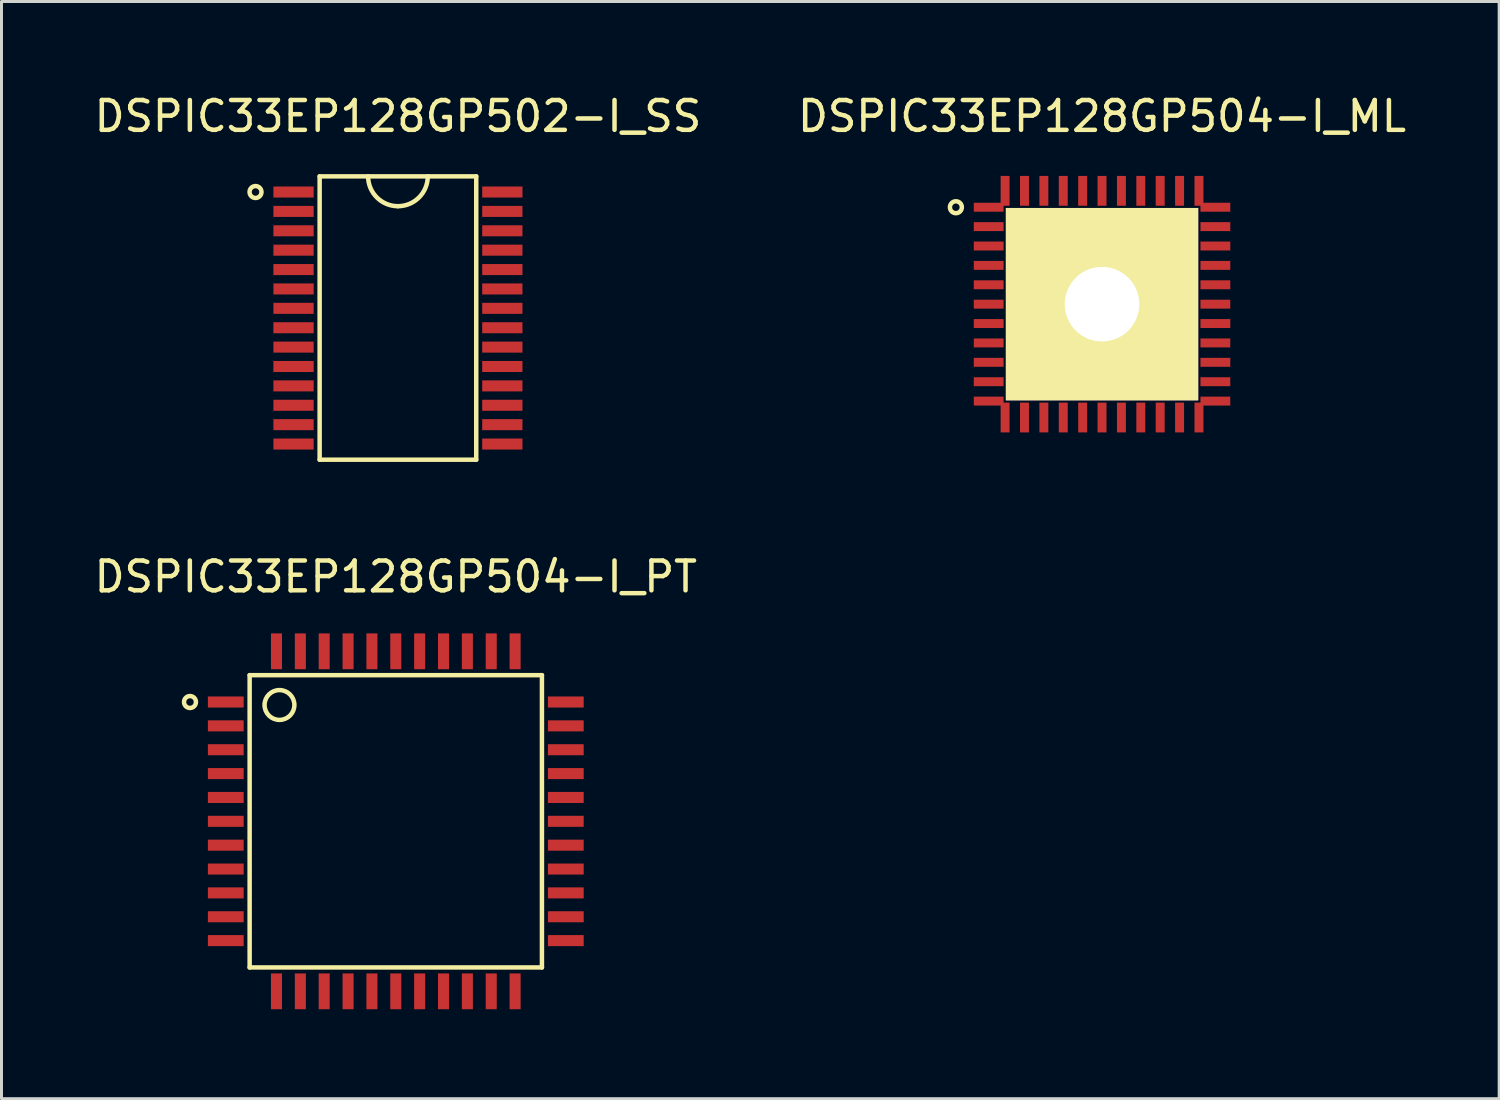
<source format=kicad_pcb>
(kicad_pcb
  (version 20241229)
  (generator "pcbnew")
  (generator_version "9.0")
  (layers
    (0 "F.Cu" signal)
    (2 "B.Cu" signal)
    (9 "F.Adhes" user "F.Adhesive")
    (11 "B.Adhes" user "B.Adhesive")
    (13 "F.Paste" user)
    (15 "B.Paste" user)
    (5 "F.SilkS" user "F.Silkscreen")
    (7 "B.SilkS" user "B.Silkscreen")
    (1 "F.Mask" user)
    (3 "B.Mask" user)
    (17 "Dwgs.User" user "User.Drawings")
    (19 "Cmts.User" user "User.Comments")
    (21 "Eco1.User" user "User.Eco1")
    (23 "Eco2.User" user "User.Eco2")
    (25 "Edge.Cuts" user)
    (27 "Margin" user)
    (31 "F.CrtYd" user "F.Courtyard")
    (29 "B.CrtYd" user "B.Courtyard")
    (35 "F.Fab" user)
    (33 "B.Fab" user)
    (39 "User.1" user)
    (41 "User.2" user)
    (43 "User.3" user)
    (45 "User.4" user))
  (footprint "DSPIC33EP128GP504-I_ML"
    (layer "F.Cu")
    (at 30.099 3.348)
    (property "Reference" "DSPIC33EP128GP504-I_ML" (at 3.8 -2.5 0) (layer "F.SilkS") (effects (font (size 1 1) (thickness 0.15))))
    (attr through_hole)
    (fp_line (start 0.7 0.7) (end 0.7 6.9) (stroke (width 0.15) (type solid)) (layer "F.SilkS"))
    (fp_line (start 0.7 0.7) (end 6.9 0.7) (stroke (width 0.15) (type solid)) (layer "F.SilkS"))
    (fp_line (start 0.7 6.9) (end 6.9 6.9) (stroke (width 0.15) (type solid)) (layer "F.SilkS"))
    (fp_line (start 6.9 6.9) (end 6.9 0.7) (stroke (width 0.15) (type solid)) (layer "F.SilkS"))
    (fp_circle (center -1.1 0.55) (end -1.1 0.35) (stroke (width 0.15) (type solid)) (fill no) (layer "F.SilkS"))
    (fp_circle (center 1.7 1.7) (end 1.7 1.2) (stroke (width 0.15) (type solid)) (fill no) (layer "F.SilkS"))
    (pad "1" smd rect (at 0 0.55) (size 1 0.3) (layers "F.Cu" "F.Mask" "F.Paste"))
    (pad "2" smd rect (at 0 1.2) (size 1 0.3) (layers "F.Cu" "F.Mask" "F.Paste"))
    (pad "3" smd rect (at 0 1.85) (size 1 0.3) (layers "F.Cu" "F.Mask" "F.Paste"))
    (pad "4" smd rect (at 0 2.5) (size 1 0.3) (layers "F.Cu" "F.Mask" "F.Paste"))
    (pad "5" smd rect (at 0 3.15) (size 1 0.3) (layers "F.Cu" "F.Mask" "F.Paste"))
    (pad "6" smd rect (at 0 3.8) (size 1 0.3) (layers "F.Cu" "F.Mask" "F.Paste"))
    (pad "7" smd rect (at 0 4.45) (size 1 0.3) (layers "F.Cu" "F.Mask" "F.Paste"))
    (pad "8" smd rect (at 0 5.1) (size 1 0.3) (layers "F.Cu" "F.Mask" "F.Paste"))
    (pad "9" smd rect (at 0 5.75) (size 1 0.3) (layers "F.Cu" "F.Mask" "F.Paste"))
    (pad "10" smd rect (at 0 6.4) (size 1 0.3) (layers "F.Cu" "F.Mask" "F.Paste"))
    (pad "11" smd rect (at 0 7.05) (size 1 0.3) (layers "F.Cu" "F.Mask" "F.Paste"))
    (pad "12" smd rect (at 0.55 7.6) (size 0.3 1) (layers "F.Cu" "F.Mask" "F.Paste"))
    (pad "13" smd rect (at 1.2 7.6) (size 0.3 1) (layers "F.Cu" "F.Mask" "F.Paste"))
    (pad "14" smd rect (at 1.85 7.6) (size 0.3 1) (layers "F.Cu" "F.Mask" "F.Paste"))
    (pad "15" smd rect (at 2.5 7.6) (size 0.3 1) (layers "F.Cu" "F.Mask" "F.Paste"))
    (pad "16" smd rect (at 3.15 7.6) (size 0.3 1) (layers "F.Cu" "F.Mask" "F.Paste"))
    (pad "17" smd rect (at 3.8 7.6) (size 0.3 1) (layers "F.Cu" "F.Mask" "F.Paste"))
    (pad "18" smd rect (at 4.45 7.6) (size 0.3 1) (layers "F.Cu" "F.Mask" "F.Paste"))
    (pad "19" smd rect (at 5.1 7.6) (size 0.3 1) (layers "F.Cu" "F.Mask" "F.Paste"))
    (pad "20" smd rect (at 5.75 7.6) (size 0.3 1) (layers "F.Cu" "F.Mask" "F.Paste"))
    (pad "21" smd rect (at 6.4 7.6) (size 0.3 1) (layers "F.Cu" "F.Mask" "F.Paste"))
    (pad "22" smd rect (at 7.05 7.6) (size 0.3 1) (layers "F.Cu" "F.Mask" "F.Paste"))
    (pad "23" smd rect (at 7.6 7.05) (size 1 0.3) (layers "F.Cu" "F.Mask" "F.Paste"))
    (pad "24" smd rect (at 7.6 6.4) (size 1 0.3) (layers "F.Cu" "F.Mask" "F.Paste"))
    (pad "25" smd rect (at 7.6 5.75) (size 1 0.3) (layers "F.Cu" "F.Mask" "F.Paste"))
    (pad "26" smd rect (at 7.6 5.1) (size 1 0.3) (layers "F.Cu" "F.Mask" "F.Paste"))
    (pad "27" smd rect (at 7.6 4.45) (size 1 0.3) (layers "F.Cu" "F.Mask" "F.Paste"))
    (pad "28" smd rect (at 7.6 3.8) (size 1 0.3) (layers "F.Cu" "F.Mask" "F.Paste"))
    (pad "29" smd rect (at 7.6 3.15) (size 1 0.3) (layers "F.Cu" "F.Mask" "F.Paste"))
    (pad "30" smd rect (at 7.6 2.5) (size 1 0.3) (layers "F.Cu" "F.Mask" "F.Paste"))
    (pad "31" smd rect (at 7.6 1.85) (size 1 0.3) (layers "F.Cu" "F.Mask" "F.Paste"))
    (pad "32" smd rect (at 7.6 1.2) (size 1 0.3) (layers "F.Cu" "F.Mask" "F.Paste"))
    (pad "33" smd rect (at 7.6 0.55) (size 1 0.3) (layers "F.Cu" "F.Mask" "F.Paste"))
    (pad "34" smd rect (at 7.05 0) (size 0.3 1) (layers "F.Cu" "F.Mask" "F.Paste"))
    (pad "35" smd rect (at 6.4 0) (size 0.3 1) (layers "F.Cu" "F.Mask" "F.Paste"))
    (pad "36" smd rect (at 5.75 0) (size 0.3 1) (layers "F.Cu" "F.Mask" "F.Paste"))
    (pad "37" smd rect (at 5.1 0) (size 0.3 1) (layers "F.Cu" "F.Mask" "F.Paste"))
    (pad "38" smd rect (at 4.45 0) (size 0.3 1) (layers "F.Cu" "F.Mask" "F.Paste"))
    (pad "39" smd rect (at 3.8 0) (size 0.3 1) (layers "F.Cu" "F.Mask" "F.Paste"))
    (pad "40" smd rect (at 3.15 0) (size 0.3 1) (layers "F.Cu" "F.Mask" "F.Paste"))
    (pad "41" smd rect (at 2.5 0) (size 0.3 1) (layers "F.Cu" "F.Mask" "F.Paste"))
    (pad "42" smd rect (at 1.85 0) (size 0.3 1) (layers "F.Cu" "F.Mask" "F.Paste"))
    (pad "43" smd rect (at 1.2 0) (size 0.3 1) (layers "F.Cu" "F.Mask" "F.Paste"))
    (pad "44" smd rect (at 0.55 0) (size 0.3 1) (layers "F.Cu" "F.Mask" "F.Paste"))
    (pad "999" thru_hole rect (at 3.8 3.8) (size 6.45 6.45) (drill 2.5) (layers "*.Cu" "*.Mask" "F.SilkS")))
  (footprint "DSPIC33EP128GP504-I_PT"
    (layer "F.Cu")
    (at 4.52 18.787)
    (property "Reference" "DSPIC33EP128GP504-I_PT" (at 5.7 -2.5 0) (layer "F.SilkS") (effects (font (size 1 1) (thickness 0.15))))
    (attr through_hole)
    (fp_line (start 0.8 0.8) (end 0.8 10.6) (stroke (width 0.15) (type solid)) (layer "F.SilkS"))
    (fp_line (start 0.8 0.8) (end 10.6 0.8) (stroke (width 0.15) (type solid)) (layer "F.SilkS"))
    (fp_line (start 0.8 10.6) (end 10.6 10.6) (stroke (width 0.15) (type solid)) (layer "F.SilkS"))
    (fp_line (start 10.6 10.6) (end 10.6 0.8) (stroke (width 0.15) (type solid)) (layer "F.SilkS"))
    (fp_circle (center -1.2 1.7) (end -1.2 1.5) (stroke (width 0.15) (type solid)) (fill no) (layer "F.SilkS"))
    (fp_circle (center 1.8 1.8) (end 1.8 1.3) (stroke (width 0.15) (type solid)) (fill no) (layer "F.SilkS"))
    (pad "1" smd rect (at 0 1.7) (size 1.2 0.37) (layers "F.Cu" "F.Mask" "F.Paste"))
    (pad "2" smd rect (at 0 2.5) (size 1.2 0.37) (layers "F.Cu" "F.Mask" "F.Paste"))
    (pad "3" smd rect (at 0 3.3) (size 1.2 0.37) (layers "F.Cu" "F.Mask" "F.Paste"))
    (pad "4" smd rect (at 0 4.1) (size 1.2 0.37) (layers "F.Cu" "F.Mask" "F.Paste"))
    (pad "5" smd rect (at 0 4.9) (size 1.2 0.37) (layers "F.Cu" "F.Mask" "F.Paste"))
    (pad "6" smd rect (at 0 5.7) (size 1.2 0.37) (layers "F.Cu" "F.Mask" "F.Paste"))
    (pad "7" smd rect (at 0 6.5) (size 1.2 0.37) (layers "F.Cu" "F.Mask" "F.Paste"))
    (pad "8" smd rect (at 0 7.3) (size 1.2 0.37) (layers "F.Cu" "F.Mask" "F.Paste"))
    (pad "9" smd rect (at 0 8.1) (size 1.2 0.37) (layers "F.Cu" "F.Mask" "F.Paste"))
    (pad "10" smd rect (at 0 8.9) (size 1.2 0.37) (layers "F.Cu" "F.Mask" "F.Paste"))
    (pad "11" smd rect (at 0 9.7) (size 1.2 0.37) (layers "F.Cu" "F.Mask" "F.Paste"))
    (pad "12" smd rect (at 1.7 11.4) (size 0.37 1.2) (layers "F.Cu" "F.Mask" "F.Paste"))
    (pad "13" smd rect (at 2.5 11.4) (size 0.37 1.2) (layers "F.Cu" "F.Mask" "F.Paste"))
    (pad "14" smd rect (at 3.3 11.4) (size 0.37 1.2) (layers "F.Cu" "F.Mask" "F.Paste"))
    (pad "15" smd rect (at 4.1 11.4) (size 0.37 1.2) (layers "F.Cu" "F.Mask" "F.Paste"))
    (pad "16" smd rect (at 4.9 11.4) (size 0.37 1.2) (layers "F.Cu" "F.Mask" "F.Paste"))
    (pad "17" smd rect (at 5.7 11.4) (size 0.37 1.2) (layers "F.Cu" "F.Mask" "F.Paste"))
    (pad "18" smd rect (at 6.5 11.4) (size 0.37 1.2) (layers "F.Cu" "F.Mask" "F.Paste"))
    (pad "19" smd rect (at 7.3 11.4) (size 0.37 1.2) (layers "F.Cu" "F.Mask" "F.Paste"))
    (pad "20" smd rect (at 8.1 11.4) (size 0.37 1.2) (layers "F.Cu" "F.Mask" "F.Paste"))
    (pad "21" smd rect (at 8.9 11.4) (size 0.37 1.2) (layers "F.Cu" "F.Mask" "F.Paste"))
    (pad "22" smd rect (at 9.7 11.4) (size 0.37 1.2) (layers "F.Cu" "F.Mask" "F.Paste"))
    (pad "23" smd rect (at 11.4 9.7) (size 1.2 0.37) (layers "F.Cu" "F.Mask" "F.Paste"))
    (pad "24" smd rect (at 11.4 8.9) (size 1.2 0.37) (layers "F.Cu" "F.Mask" "F.Paste"))
    (pad "25" smd rect (at 11.4 8.1) (size 1.2 0.37) (layers "F.Cu" "F.Mask" "F.Paste"))
    (pad "26" smd rect (at 11.4 7.3) (size 1.2 0.37) (layers "F.Cu" "F.Mask" "F.Paste"))
    (pad "27" smd rect (at 11.4 6.5) (size 1.2 0.37) (layers "F.Cu" "F.Mask" "F.Paste"))
    (pad "28" smd rect (at 11.4 5.7) (size 1.2 0.37) (layers "F.Cu" "F.Mask" "F.Paste"))
    (pad "29" smd rect (at 11.4 4.9) (size 1.2 0.37) (layers "F.Cu" "F.Mask" "F.Paste"))
    (pad "30" smd rect (at 11.4 4.1) (size 1.2 0.37) (layers "F.Cu" "F.Mask" "F.Paste"))
    (pad "31" smd rect (at 11.4 3.3) (size 1.2 0.37) (layers "F.Cu" "F.Mask" "F.Paste"))
    (pad "32" smd rect (at 11.4 2.5) (size 1.2 0.37) (layers "F.Cu" "F.Mask" "F.Paste"))
    (pad "33" smd rect (at 11.4 1.7) (size 1.2 0.37) (layers "F.Cu" "F.Mask" "F.Paste"))
    (pad "34" smd rect (at 9.7 0) (size 0.37 1.2) (layers "F.Cu" "F.Mask" "F.Paste"))
    (pad "35" smd rect (at 8.9 0) (size 0.37 1.2) (layers "F.Cu" "F.Mask" "F.Paste"))
    (pad "36" smd rect (at 8.1 0) (size 0.37 1.2) (layers "F.Cu" "F.Mask" "F.Paste"))
    (pad "37" smd rect (at 7.3 0) (size 0.37 1.2) (layers "F.Cu" "F.Mask" "F.Paste"))
    (pad "38" smd rect (at 6.5 0) (size 0.37 1.2) (layers "F.Cu" "F.Mask" "F.Paste"))
    (pad "39" smd rect (at 5.7 0) (size 0.37 1.2) (layers "F.Cu" "F.Mask" "F.Paste"))
    (pad "40" smd rect (at 4.9 0) (size 0.37 1.2) (layers "F.Cu" "F.Mask" "F.Paste"))
    (pad "41" smd rect (at 4.1 0) (size 0.37 1.2) (layers "F.Cu" "F.Mask" "F.Paste"))
    (pad "42" smd rect (at 3.3 0) (size 0.37 1.2) (layers "F.Cu" "F.Mask" "F.Paste"))
    (pad "43" smd rect (at 2.5 0) (size 0.37 1.2) (layers "F.Cu" "F.Mask" "F.Paste"))
    (pad "44" smd rect (at 1.7 0) (size 0.37 1.2) (layers "F.Cu" "F.Mask" "F.Paste")))
  (footprint "DSPIC33EP128GP502-I_SS"
    (layer "F.Cu")
    (at 6.792 3.388)
    (property "Reference" "DSPIC33EP128GP502-I_SS" (at 3.5 -2.54 0) (layer "F.SilkS") (effects (font (size 1 1) (thickness 0.15))))
    (attr through_hole)
    (fp_line (start 0.875 -0.525) (end 6.125 -0.525) (stroke (width 0.15) (type solid)) (layer "F.SilkS"))
    (fp_line (start 0.875 8.975) (end 0.875 -0.525) (stroke (width 0.15) (type solid)) (layer "F.SilkS"))
    (fp_line (start 6.125 -0.525) (end 6.125 8.975) (stroke (width 0.15) (type solid)) (layer "F.SilkS"))
    (fp_line (start 6.125 8.975) (end 0.875 8.975) (stroke (width 0.15) (type solid)) (layer "F.SilkS"))
    (fp_arc (start 3.5 0.475) (mid 2.792893 0.182107) (end 2.5 -0.525) (stroke (width 0.15) (type solid)) (layer "F.SilkS"))
    (fp_arc (start 4.5 -0.525) (mid 4.207107 0.182107) (end 3.5 0.475) (stroke (width 0.15) (type solid)) (layer "F.SilkS"))
    (fp_circle (center -1.275 0) (end -1.275 0.2) (stroke (width 0.15) (type solid)) (fill no) (layer "F.SilkS"))
    (pad "1" smd rect (at 0 0) (size 1.35 0.37) (layers "F.Cu" "F.Mask" "F.Paste"))
    (pad "2" smd rect (at 0 0.65) (size 1.35 0.37) (layers "F.Cu" "F.Mask" "F.Paste"))
    (pad "3" smd rect (at 0 1.3) (size 1.35 0.37) (layers "F.Cu" "F.Mask" "F.Paste"))
    (pad "4" smd rect (at 0 1.95) (size 1.35 0.37) (layers "F.Cu" "F.Mask" "F.Paste"))
    (pad "5" smd rect (at 0 2.6) (size 1.35 0.37) (layers "F.Cu" "F.Mask" "F.Paste"))
    (pad "6" smd rect (at 0 3.25) (size 1.35 0.37) (layers "F.Cu" "F.Mask" "F.Paste"))
    (pad "7" smd rect (at 0 3.9) (size 1.35 0.37) (layers "F.Cu" "F.Mask" "F.Paste"))
    (pad "8" smd rect (at 0 4.55) (size 1.35 0.37) (layers "F.Cu" "F.Mask" "F.Paste"))
    (pad "9" smd rect (at 0 5.2) (size 1.35 0.37) (layers "F.Cu" "F.Mask" "F.Paste"))
    (pad "10" smd rect (at 0 5.85) (size 1.35 0.37) (layers "F.Cu" "F.Mask" "F.Paste"))
    (pad "11" smd rect (at 0 6.5) (size 1.35 0.37) (layers "F.Cu" "F.Mask" "F.Paste"))
    (pad "12" smd rect (at 0 7.15) (size 1.35 0.37) (layers "F.Cu" "F.Mask" "F.Paste"))
    (pad "13" smd rect (at 0 7.8) (size 1.35 0.37) (layers "F.Cu" "F.Mask" "F.Paste"))
    (pad "14" smd rect (at 0 8.45) (size 1.35 0.37) (layers "F.Cu" "F.Mask" "F.Paste"))
    (pad "15" smd rect (at 7 8.45) (size 1.35 0.37) (layers "F.Cu" "F.Mask" "F.Paste"))
    (pad "16" smd rect (at 7 7.8) (size 1.35 0.37) (layers "F.Cu" "F.Mask" "F.Paste"))
    (pad "17" smd rect (at 7 7.15) (size 1.35 0.37) (layers "F.Cu" "F.Mask" "F.Paste"))
    (pad "18" smd rect (at 7 6.5) (size 1.35 0.37) (layers "F.Cu" "F.Mask" "F.Paste"))
    (pad "19" smd rect (at 7 5.85) (size 1.35 0.37) (layers "F.Cu" "F.Mask" "F.Paste"))
    (pad "20" smd rect (at 7 5.2) (size 1.35 0.37) (layers "F.Cu" "F.Mask" "F.Paste"))
    (pad "21" smd rect (at 7 4.55) (size 1.35 0.37) (layers "F.Cu" "F.Mask" "F.Paste"))
    (pad "22" smd rect (at 7 3.9) (size 1.35 0.37) (layers "F.Cu" "F.Mask" "F.Paste"))
    (pad "23" smd rect (at 7 3.25) (size 1.35 0.37) (layers "F.Cu" "F.Mask" "F.Paste"))
    (pad "24" smd rect (at 7 2.6) (size 1.35 0.37) (layers "F.Cu" "F.Mask" "F.Paste"))
    (pad "25" smd rect (at 7 1.95) (size 1.35 0.37) (layers "F.Cu" "F.Mask" "F.Paste"))
    (pad "26" smd rect (at 7 1.3) (size 1.35 0.37) (layers "F.Cu" "F.Mask" "F.Paste"))
    (pad "27" smd rect (at 7 0.65) (size 1.35 0.37) (layers "F.Cu" "F.Mask" "F.Paste"))
    (pad "28" smd rect (at 7 0) (size 1.35 0.37) (layers "F.Cu" "F.Mask" "F.Paste")))
  (gr_rect
    (start -3 -3)
    (end 47.214 33.786)
    (stroke (width 0.1) (type default))
    (fill no)
    (layer "Edge.Cuts")))
</source>
